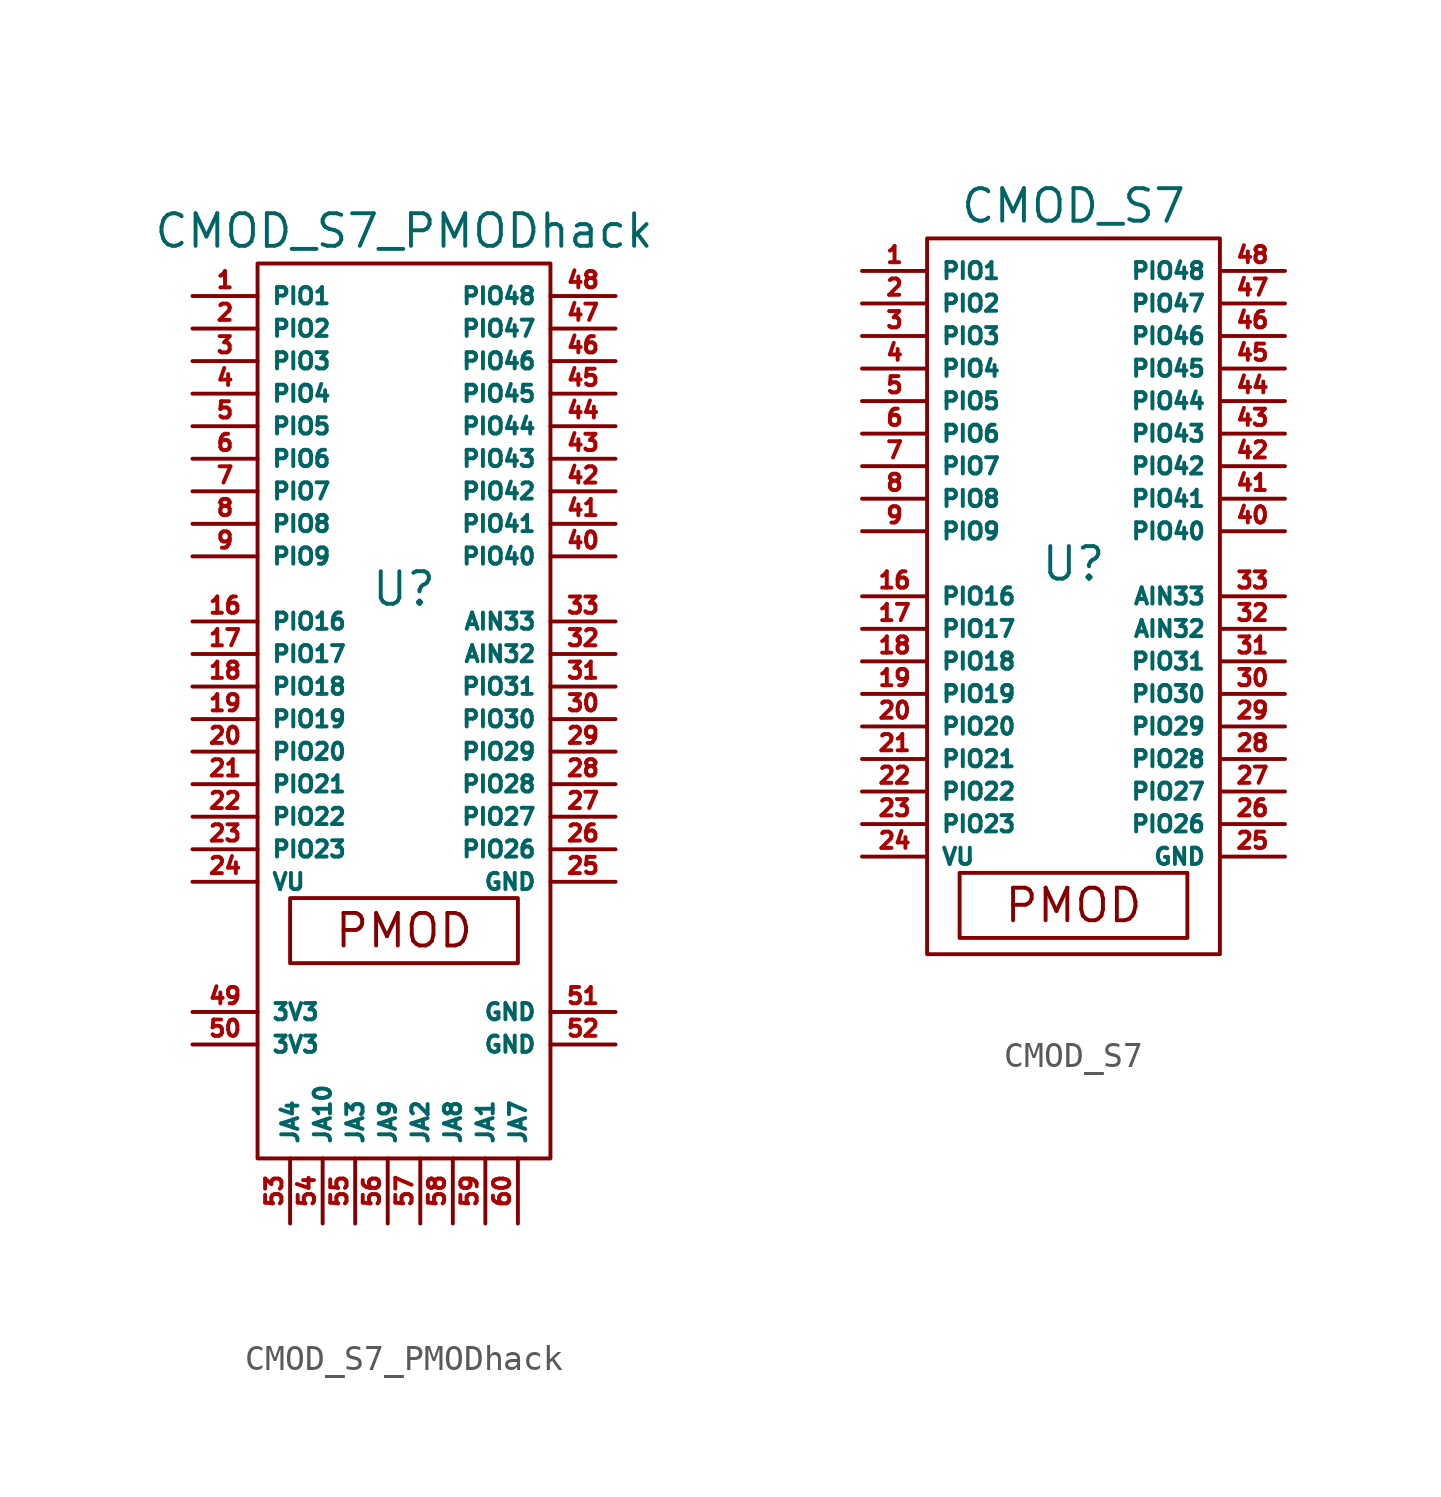
<source format=kicad_sym>
(kicad_symbol_lib
  (version 20211014)
  (generator kicad_symbol_editor)
  (symbol "CMOD_S7_PMODhack"
    (property "Reference" "U"
      (at 0 0 0)
      (effects (font (size 1.27 1.27))))
    (property "Value" "CMOD_S7_PMODhack"
      (at 0 13.97 0)
      (effects (font (size 1.27 1.27))))
    (symbol "CMOD_S7_PMODhack_0_0"
      (rectangle (start -5.715 12.7) (end 5.715 -22.225) (stroke (width 0.152) (type default) (color 0 0 0 0)) (fill (type none)))
      (text "PMOD" (at 0 -13.335 0) (effects (font (size 1.27 1.27)))))
    (symbol "CMOD_S7_PMODhack_0_1"
      (rectangle (start -4.445 -12.065) (end 4.445 -14.605) (stroke (width 0.152) (type default) (color 0 0 0 0)) (fill (type none))))
    (symbol "CMOD_S7_PMODhack_1_1"
      (pin bidirectional line (at -8.255 11.43 0) (length 2.54) (name "PIO1" (effects (font (size 0.635 0.635)))) (number "1" (effects (font (size 0.635 0.635)))))
      (pin bidirectional line (at -8.255 -1.27 0) (length 2.54) (name "PIO16" (effects (font (size 0.635 0.635)))) (number "16" (effects (font (size 0.635 0.635)))))
      (pin bidirectional line (at -8.255 -2.54 0) (length 2.54) (name "PIO17" (effects (font (size 0.635 0.635)))) (number "17" (effects (font (size 0.635 0.635)))))
      (pin bidirectional line (at -8.255 -3.81 0) (length 2.54) (name "PIO18" (effects (font (size 0.635 0.635)))) (number "18" (effects (font (size 0.635 0.635)))))
      (pin bidirectional line (at -8.255 -5.08 0) (length 2.54) (name "PIO19" (effects (font (size 0.635 0.635)))) (number "19" (effects (font (size 0.635 0.635)))))
      (pin bidirectional line (at -8.255 10.16 0) (length 2.54) (name "PIO2" (effects (font (size 0.635 0.635)))) (number "2" (effects (font (size 0.635 0.635)))))
      (pin bidirectional line (at -8.255 -6.35 0) (length 2.54) (name "PIO20" (effects (font (size 0.635 0.635)))) (number "20" (effects (font (size 0.635 0.635)))))
      (pin bidirectional line (at -8.255 -7.62 0) (length 2.54) (name "PIO21" (effects (font (size 0.635 0.635)))) (number "21" (effects (font (size 0.635 0.635)))))
      (pin bidirectional line (at -8.255 -8.89 0) (length 2.54) (name "PIO22" (effects (font (size 0.635 0.635)))) (number "22" (effects (font (size 0.635 0.635)))))
      (pin bidirectional line (at -8.255 -10.16 0) (length 2.54) (name "PIO23" (effects (font (size 0.635 0.635)))) (number "23" (effects (font (size 0.635 0.635)))))
      (pin power_in line (at -8.255 -11.43 0) (length 2.54) (name "VU" (effects (font (size 0.635 0.635)))) (number "24" (effects (font (size 0.635 0.635)))))
      (pin power_in line (at 8.255 -11.43 180) (length 2.54) (name "GND" (effects (font (size 0.635 0.635)))) (number "25" (effects (font (size 0.635 0.635)))))
      (pin bidirectional line (at 8.255 -10.16 180) (length 2.54) (name "PIO26" (effects (font (size 0.635 0.635)))) (number "26" (effects (font (size 0.635 0.635)))))
      (pin bidirectional line (at 8.255 -8.89 180) (length 2.54) (name "PIO27" (effects (font (size 0.635 0.635)))) (number "27" (effects (font (size 0.635 0.635)))))
      (pin bidirectional line (at 8.255 -7.62 180) (length 2.54) (name "PIO28" (effects (font (size 0.635 0.635)))) (number "28" (effects (font (size 0.635 0.635)))))
      (pin bidirectional line (at 8.255 -6.35 180) (length 2.54) (name "PIO29" (effects (font (size 0.635 0.635)))) (number "29" (effects (font (size 0.635 0.635)))))
      (pin bidirectional line (at -8.255 8.89 0) (length 2.54) (name "PIO3" (effects (font (size 0.635 0.635)))) (number "3" (effects (font (size 0.635 0.635)))))
      (pin bidirectional line (at 8.255 -5.08 180) (length 2.54) (name "PIO30" (effects (font (size 0.635 0.635)))) (number "30" (effects (font (size 0.635 0.635)))))
      (pin bidirectional line (at 8.255 -3.81 180) (length 2.54) (name "PIO31" (effects (font (size 0.635 0.635)))) (number "31" (effects (font (size 0.635 0.635)))))
      (pin input line (at 8.255 -2.54 180) (length 2.54) (name "AIN32" (effects (font (size 0.635 0.635)))) (number "32" (effects (font (size 0.635 0.635)))))
      (pin input line (at 8.255 -1.27 180) (length 2.54) (name "AIN33" (effects (font (size 0.635 0.635)))) (number "33" (effects (font (size 0.635 0.635)))))
      (pin bidirectional line (at -8.255 7.62 0) (length 2.54) (name "PIO4" (effects (font (size 0.635 0.635)))) (number "4" (effects (font (size 0.635 0.635)))))
      (pin bidirectional line (at 8.255 1.27 180) (length 2.54) (name "PIO40" (effects (font (size 0.635 0.635)))) (number "40" (effects (font (size 0.635 0.635)))))
      (pin bidirectional line (at 8.255 2.54 180) (length 2.54) (name "PIO41" (effects (font (size 0.635 0.635)))) (number "41" (effects (font (size 0.635 0.635)))))
      (pin bidirectional line (at 8.255 3.81 180) (length 2.54) (name "PIO42" (effects (font (size 0.635 0.635)))) (number "42" (effects (font (size 0.635 0.635)))))
      (pin bidirectional line (at 8.255 5.08 180) (length 2.54) (name "PIO43" (effects (font (size 0.635 0.635)))) (number "43" (effects (font (size 0.635 0.635)))))
      (pin bidirectional line (at 8.255 6.35 180) (length 2.54) (name "PIO44" (effects (font (size 0.635 0.635)))) (number "44" (effects (font (size 0.635 0.635)))))
      (pin bidirectional line (at 8.255 7.62 180) (length 2.54) (name "PIO45" (effects (font (size 0.635 0.635)))) (number "45" (effects (font (size 0.635 0.635)))))
      (pin bidirectional line (at 8.255 8.89 180) (length 2.54) (name "PIO46" (effects (font (size 0.635 0.635)))) (number "46" (effects (font (size 0.635 0.635)))))
      (pin bidirectional line (at 8.255 10.16 180) (length 2.54) (name "PIO47" (effects (font (size 0.635 0.635)))) (number "47" (effects (font (size 0.635 0.635)))))
      (pin bidirectional line (at 8.255 11.43 180) (length 2.54) (name "PIO48" (effects (font (size 0.635 0.635)))) (number "48" (effects (font (size 0.635 0.635)))))
      (pin power_out line (at -8.255 -16.51 0) (length 2.54) (name "3V3" (effects (font (size 0.635 0.635)))) (number "49" (effects (font (size 0.635 0.635)))))
      (pin bidirectional line (at -8.255 6.35 0) (length 2.54) (name "PIO5" (effects (font (size 0.635 0.635)))) (number "5" (effects (font (size 0.635 0.635)))))
      (pin power_out line (at -8.255 -17.78 0) (length 2.54) (name "3V3" (effects (font (size 0.635 0.635)))) (number "50" (effects (font (size 0.635 0.635)))))
      (pin power_in line (at 8.255 -16.51 180) (length 2.54) (name "GND" (effects (font (size 0.635 0.635)))) (number "51" (effects (font (size 0.635 0.635)))))
      (pin power_in line (at 8.255 -17.78 180) (length 2.54) (name "GND" (effects (font (size 0.635 0.635)))) (number "52" (effects (font (size 0.635 0.635)))))
      (pin bidirectional line (at -4.445 -24.765 90) (length 2.54) (name "JA4" (effects (font (size 0.635 0.635)))) (number "53" (effects (font (size 0.635 0.635)))))
      (pin bidirectional line (at -3.175 -24.765 90) (length 2.54) (name "JA10" (effects (font (size 0.635 0.635)))) (number "54" (effects (font (size 0.635 0.635)))))
      (pin bidirectional line (at -1.905 -24.765 90) (length 2.54) (name "JA3" (effects (font (size 0.635 0.635)))) (number "55" (effects (font (size 0.635 0.635)))))
      (pin bidirectional line (at -0.635 -24.765 90) (length 2.54) (name "JA9" (effects (font (size 0.635 0.635)))) (number "56" (effects (font (size 0.635 0.635)))))
      (pin bidirectional line (at 0.635 -24.765 90) (length 2.54) (name "JA2" (effects (font (size 0.635 0.635)))) (number "57" (effects (font (size 0.635 0.635)))))
      (pin bidirectional line (at 1.905 -24.765 90) (length 2.54) (name "JA8" (effects (font (size 0.635 0.635)))) (number "58" (effects (font (size 0.635 0.635)))))
      (pin bidirectional line (at 3.175 -24.765 90) (length 2.54) (name "JA1" (effects (font (size 0.635 0.635)))) (number "59" (effects (font (size 0.635 0.635)))))
      (pin bidirectional line (at -8.255 5.08 0) (length 2.54) (name "PIO6" (effects (font (size 0.635 0.635)))) (number "6" (effects (font (size 0.635 0.635)))))
      (pin bidirectional line (at 4.445 -24.765 90) (length 2.54) (name "JA7" (effects (font (size 0.635 0.635)))) (number "60" (effects (font (size 0.635 0.635)))))
      (pin bidirectional line (at -8.255 3.81 0) (length 2.54) (name "PIO7" (effects (font (size 0.635 0.635)))) (number "7" (effects (font (size 0.635 0.635)))))
      (pin bidirectional line (at -8.255 2.54 0) (length 2.54) (name "PIO8" (effects (font (size 0.635 0.635)))) (number "8" (effects (font (size 0.635 0.635)))))
      (pin bidirectional line (at -8.255 1.27 0) (length 2.54) (name "PIO9" (effects (font (size 0.635 0.635)))) (number "9" (effects (font (size 0.635 0.635)))))))
  (symbol "CMOD_S7"
    (property "Reference" "U"
      (at 0 0 0)
      (effects (font (size 1.27 1.27))))
    (property "Value" "CMOD_S7"
      (at 0 13.97 0)
      (effects (font (size 1.27 1.27))))
    (symbol "CMOD_S7_0_0"
      (rectangle (start -5.715 12.7) (end 5.715 -15.24) (stroke (width 0.152) (type default) (color 0 0 0 0)) (fill (type none)))
      (text "PMOD" (at 0 -13.335 0) (effects (font (size 1.27 1.27)))))
    (symbol "CMOD_S7_0_1"
      (rectangle (start -4.445 -12.065) (end 4.445 -14.605) (stroke (width 0.152) (type default) (color 0 0 0 0)) (fill (type none))))
    (symbol "CMOD_S7_1_1"
      (pin bidirectional line (at -8.255 11.43 0) (length 2.54) (name "PIO1" (effects (font (size 0.635 0.635)))) (number "1" (effects (font (size 0.635 0.635)))))
      (pin bidirectional line (at -8.255 -1.27 0) (length 2.54) (name "PIO16" (effects (font (size 0.635 0.635)))) (number "16" (effects (font (size 0.635 0.635)))))
      (pin bidirectional line (at -8.255 -2.54 0) (length 2.54) (name "PIO17" (effects (font (size 0.635 0.635)))) (number "17" (effects (font (size 0.635 0.635)))))
      (pin bidirectional line (at -8.255 -3.81 0) (length 2.54) (name "PIO18" (effects (font (size 0.635 0.635)))) (number "18" (effects (font (size 0.635 0.635)))))
      (pin bidirectional line (at -8.255 -5.08 0) (length 2.54) (name "PIO19" (effects (font (size 0.635 0.635)))) (number "19" (effects (font (size 0.635 0.635)))))
      (pin bidirectional line (at -8.255 10.16 0) (length 2.54) (name "PIO2" (effects (font (size 0.635 0.635)))) (number "2" (effects (font (size 0.635 0.635)))))
      (pin bidirectional line (at -8.255 -6.35 0) (length 2.54) (name "PIO20" (effects (font (size 0.635 0.635)))) (number "20" (effects (font (size 0.635 0.635)))))
      (pin bidirectional line (at -8.255 -7.62 0) (length 2.54) (name "PIO21" (effects (font (size 0.635 0.635)))) (number "21" (effects (font (size 0.635 0.635)))))
      (pin bidirectional line (at -8.255 -8.89 0) (length 2.54) (name "PIO22" (effects (font (size 0.635 0.635)))) (number "22" (effects (font (size 0.635 0.635)))))
      (pin bidirectional line (at -8.255 -10.16 0) (length 2.54) (name "PIO23" (effects (font (size 0.635 0.635)))) (number "23" (effects (font (size 0.635 0.635)))))
      (pin power_in line (at -8.255 -11.43 0) (length 2.54) (name "VU" (effects (font (size 0.635 0.635)))) (number "24" (effects (font (size 0.635 0.635)))))
      (pin power_in line (at 8.255 -11.43 180) (length 2.54) (name "GND" (effects (font (size 0.635 0.635)))) (number "25" (effects (font (size 0.635 0.635)))))
      (pin bidirectional line (at 8.255 -10.16 180) (length 2.54) (name "PIO26" (effects (font (size 0.635 0.635)))) (number "26" (effects (font (size 0.635 0.635)))))
      (pin bidirectional line (at 8.255 -8.89 180) (length 2.54) (name "PIO27" (effects (font (size 0.635 0.635)))) (number "27" (effects (font (size 0.635 0.635)))))
      (pin bidirectional line (at 8.255 -7.62 180) (length 2.54) (name "PIO28" (effects (font (size 0.635 0.635)))) (number "28" (effects (font (size 0.635 0.635)))))
      (pin bidirectional line (at 8.255 -6.35 180) (length 2.54) (name "PIO29" (effects (font (size 0.635 0.635)))) (number "29" (effects (font (size 0.635 0.635)))))
      (pin bidirectional line (at -8.255 8.89 0) (length 2.54) (name "PIO3" (effects (font (size 0.635 0.635)))) (number "3" (effects (font (size 0.635 0.635)))))
      (pin bidirectional line (at 8.255 -5.08 180) (length 2.54) (name "PIO30" (effects (font (size 0.635 0.635)))) (number "30" (effects (font (size 0.635 0.635)))))
      (pin bidirectional line (at 8.255 -3.81 180) (length 2.54) (name "PIO31" (effects (font (size 0.635 0.635)))) (number "31" (effects (font (size 0.635 0.635)))))
      (pin input line (at 8.255 -2.54 180) (length 2.54) (name "AIN32" (effects (font (size 0.635 0.635)))) (number "32" (effects (font (size 0.635 0.635)))))
      (pin input line (at 8.255 -1.27 180) (length 2.54) (name "AIN33" (effects (font (size 0.635 0.635)))) (number "33" (effects (font (size 0.635 0.635)))))
      (pin bidirectional line (at -8.255 7.62 0) (length 2.54) (name "PIO4" (effects (font (size 0.635 0.635)))) (number "4" (effects (font (size 0.635 0.635)))))
      (pin bidirectional line (at 8.255 1.27 180) (length 2.54) (name "PIO40" (effects (font (size 0.635 0.635)))) (number "40" (effects (font (size 0.635 0.635)))))
      (pin bidirectional line (at 8.255 2.54 180) (length 2.54) (name "PIO41" (effects (font (size 0.635 0.635)))) (number "41" (effects (font (size 0.635 0.635)))))
      (pin bidirectional line (at 8.255 3.81 180) (length 2.54) (name "PIO42" (effects (font (size 0.635 0.635)))) (number "42" (effects (font (size 0.635 0.635)))))
      (pin bidirectional line (at 8.255 5.08 180) (length 2.54) (name "PIO43" (effects (font (size 0.635 0.635)))) (number "43" (effects (font (size 0.635 0.635)))))
      (pin bidirectional line (at 8.255 6.35 180) (length 2.54) (name "PIO44" (effects (font (size 0.635 0.635)))) (number "44" (effects (font (size 0.635 0.635)))))
      (pin bidirectional line (at 8.255 7.62 180) (length 2.54) (name "PIO45" (effects (font (size 0.635 0.635)))) (number "45" (effects (font (size 0.635 0.635)))))
      (pin bidirectional line (at 8.255 8.89 180) (length 2.54) (name "PIO46" (effects (font (size 0.635 0.635)))) (number "46" (effects (font (size 0.635 0.635)))))
      (pin bidirectional line (at 8.255 10.16 180) (length 2.54) (name "PIO47" (effects (font (size 0.635 0.635)))) (number "47" (effects (font (size 0.635 0.635)))))
      (pin bidirectional line (at 8.255 11.43 180) (length 2.54) (name "PIO48" (effects (font (size 0.635 0.635)))) (number "48" (effects (font (size 0.635 0.635)))))
      (pin bidirectional line (at -8.255 6.35 0) (length 2.54) (name "PIO5" (effects (font (size 0.635 0.635)))) (number "5" (effects (font (size 0.635 0.635)))))
      (pin bidirectional line (at -8.255 5.08 0) (length 2.54) (name "PIO6" (effects (font (size 0.635 0.635)))) (number "6" (effects (font (size 0.635 0.635)))))
      (pin bidirectional line (at -8.255 3.81 0) (length 2.54) (name "PIO7" (effects (font (size 0.635 0.635)))) (number "7" (effects (font (size 0.635 0.635)))))
      (pin bidirectional line (at -8.255 2.54 0) (length 2.54) (name "PIO8" (effects (font (size 0.635 0.635)))) (number "8" (effects (font (size 0.635 0.635)))))
      (pin bidirectional line (at -8.255 1.27 0) (length 2.54) (name "PIO9" (effects (font (size 0.635 0.635)))) (number "9" (effects (font (size 0.635 0.635))))))))
</source>
